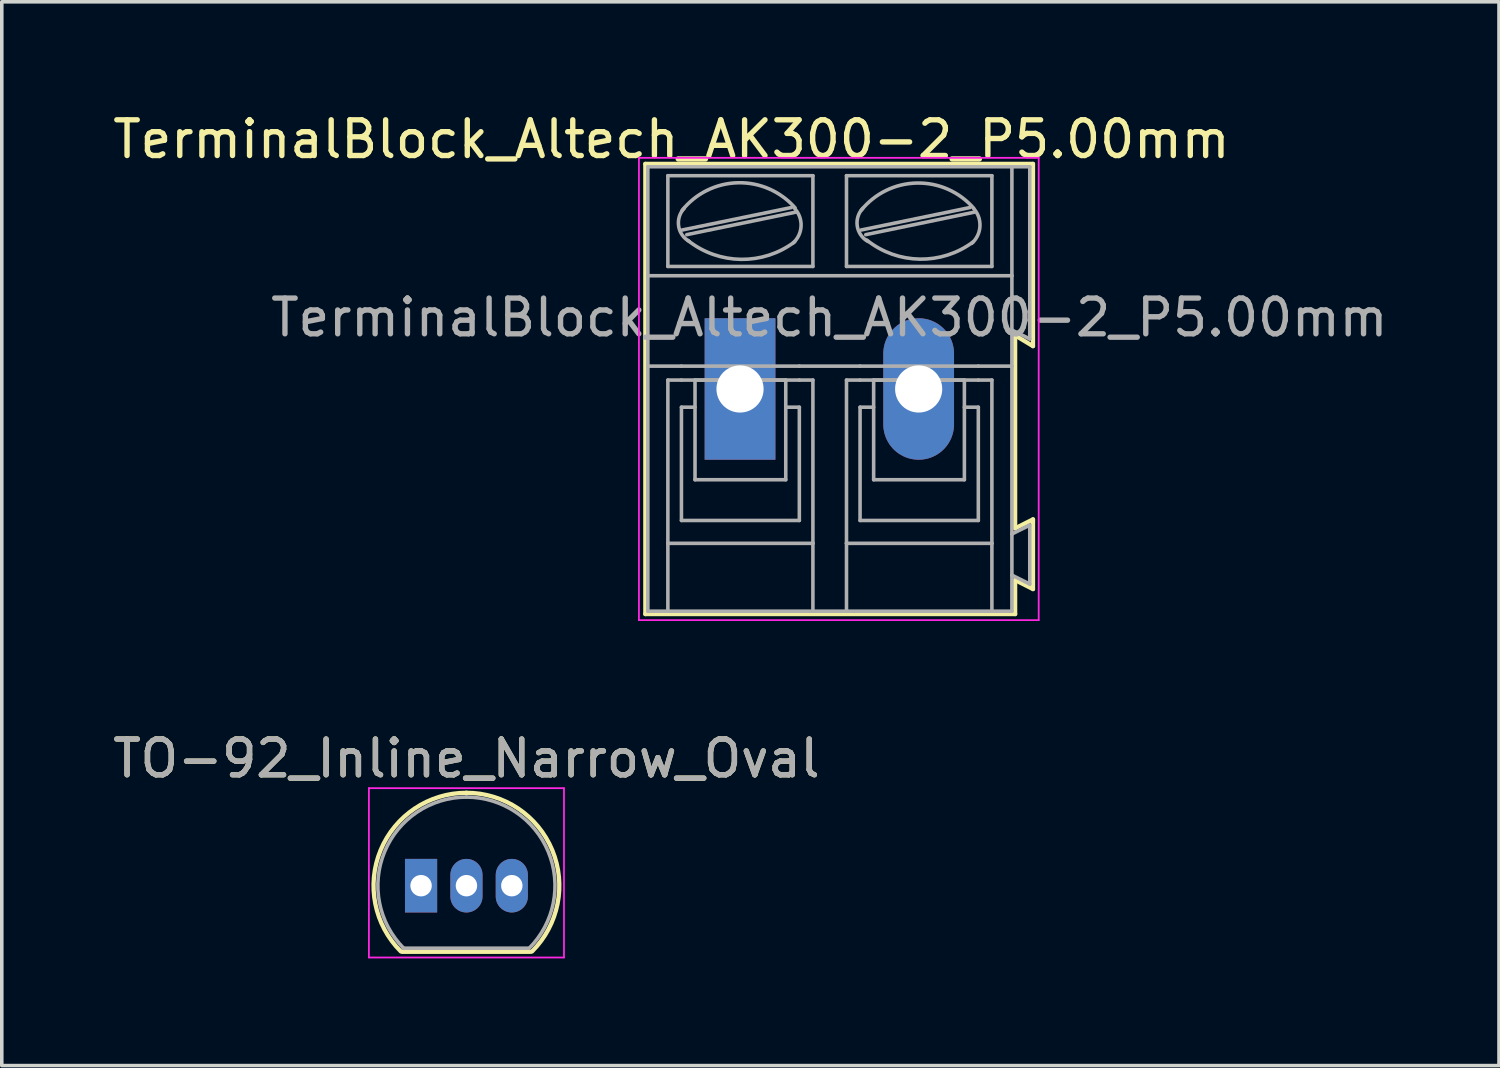
<source format=kicad_pcb>
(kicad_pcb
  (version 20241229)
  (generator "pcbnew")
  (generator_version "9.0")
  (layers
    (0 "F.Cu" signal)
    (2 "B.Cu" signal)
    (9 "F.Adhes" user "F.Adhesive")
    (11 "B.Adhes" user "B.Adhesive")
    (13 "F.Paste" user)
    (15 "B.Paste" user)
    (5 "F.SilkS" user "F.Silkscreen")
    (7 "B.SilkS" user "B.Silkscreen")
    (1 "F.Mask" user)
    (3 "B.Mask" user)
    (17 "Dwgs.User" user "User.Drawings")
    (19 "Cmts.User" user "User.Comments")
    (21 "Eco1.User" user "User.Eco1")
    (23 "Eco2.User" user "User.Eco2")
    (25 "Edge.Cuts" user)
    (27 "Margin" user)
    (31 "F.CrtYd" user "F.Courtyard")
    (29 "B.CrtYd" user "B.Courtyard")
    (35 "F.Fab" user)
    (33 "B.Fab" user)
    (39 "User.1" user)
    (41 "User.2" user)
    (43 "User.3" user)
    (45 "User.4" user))
  (footprint "TerminalBlock_Altech_AK300-2_P5.00mm"
    (layer "F.Cu")
    (at 17.664 7.838)
    (property "Reference" "TerminalBlock_Altech_AK300-2_P5.00mm" (at -1.92 -6.99 0) (layer "F.SilkS") (effects (font (size 1 1) (thickness 0.15))))
    (attr through_hole)
    (fp_line (start -2.65 -6.3) (end -2.65 6.3) (stroke (width 0.12) (type solid)) (layer "F.SilkS"))
    (fp_line (start -2.65 6.3) (end 7.7 6.3) (stroke (width 0.12) (type solid)) (layer "F.SilkS"))
    (fp_line (start 7.7 -1.5) (end 8.2 -1.2) (stroke (width 0.12) (type solid)) (layer "F.SilkS"))
    (fp_line (start 7.7 3.9) (end 7.7 -1.5) (stroke (width 0.12) (type solid)) (layer "F.SilkS"))
    (fp_line (start 7.7 5.35) (end 8.2 5.6) (stroke (width 0.12) (type solid)) (layer "F.SilkS"))
    (fp_line (start 7.7 6.3) (end 7.7 5.35) (stroke (width 0.12) (type solid)) (layer "F.SilkS"))
    (fp_line (start 8.2 -6.3) (end -2.65 -6.3) (stroke (width 0.12) (type solid)) (layer "F.SilkS"))
    (fp_line (start 8.2 -1.2) (end 8.2 -6.3) (stroke (width 0.12) (type solid)) (layer "F.SilkS"))
    (fp_line (start 8.2 3.65) (end 7.7 3.9) (stroke (width 0.12) (type solid)) (layer "F.SilkS"))
    (fp_line (start 8.2 3.7) (end 8.2 3.65) (stroke (width 0.12) (type solid)) (layer "F.SilkS"))
    (fp_line (start 8.2 5.6) (end 8.2 3.7) (stroke (width 0.12) (type solid)) (layer "F.SilkS"))
    (fp_line (start -2.83 -6.47) (end -2.83 6.47) (stroke (width 0.05) (type solid)) (layer "F.CrtYd"))
    (fp_line (start -2.83 -6.47) (end 8.36 -6.47) (stroke (width 0.05) (type solid)) (layer "F.CrtYd"))
    (fp_line (start 8.36 6.47) (end -2.83 6.47) (stroke (width 0.05) (type solid)) (layer "F.CrtYd"))
    (fp_line (start 8.36 6.47) (end 8.36 -6.47) (stroke (width 0.05) (type solid)) (layer "F.CrtYd"))
    (fp_line (start -2.58 -3.17) (end -2.58 -6.22) (stroke (width 0.1) (type solid)) (layer "F.Fab"))
    (fp_line (start -2.58 -3.17) (end 7.61 -3.17) (stroke (width 0.1) (type solid)) (layer "F.Fab"))
    (fp_line (start -2.58 -0.64) (end -2.58 -3.17) (stroke (width 0.1) (type solid)) (layer "F.Fab"))
    (fp_line (start -2.58 -0.64) (end -1.64 -0.64) (stroke (width 0.1) (type solid)) (layer "F.Fab"))
    (fp_line (start -2.58 6.22) (end -2.58 -0.64) (stroke (width 0.1) (type solid)) (layer "F.Fab"))
    (fp_line (start -2.58 6.22) (end -2.02 6.22) (stroke (width 0.1) (type solid)) (layer "F.Fab"))
    (fp_line (start -2.02 -3.43) (end -2.02 -5.97) (stroke (width 0.1) (type solid)) (layer "F.Fab"))
    (fp_line (start -2.02 -0.25) (end -2.02 4.32) (stroke (width 0.1) (type solid)) (layer "F.Fab"))
    (fp_line (start -2.02 -0.25) (end -1.64 -0.25) (stroke (width 0.1) (type solid)) (layer "F.Fab"))
    (fp_line (start -2.02 4.32) (end -2.02 6.22) (stroke (width 0.1) (type solid)) (layer "F.Fab"))
    (fp_line (start -2.02 6.22) (end 2.04 6.22) (stroke (width 0.1) (type solid)) (layer "F.Fab"))
    (fp_line (start -1.64 -0.64) (end 1.66 -0.64) (stroke (width 0.1) (type solid)) (layer "F.Fab"))
    (fp_line (start -1.64 0.51) (end -1.26 0.51) (stroke (width 0.1) (type solid)) (layer "F.Fab"))
    (fp_line (start -1.64 3.68) (end -1.64 0.51) (stroke (width 0.1) (type solid)) (layer "F.Fab"))
    (fp_line (start -1.62 -4.45) (end 1.44 -5.08) (stroke (width 0.1) (type solid)) (layer "F.Fab"))
    (fp_line (start -1.49 -4.32) (end 1.56 -4.95) (stroke (width 0.1) (type solid)) (layer "F.Fab"))
    (fp_line (start -1.26 -0.25) (end 1.28 -0.25) (stroke (width 0.1) (type solid)) (layer "F.Fab"))
    (fp_line (start -1.26 2.54) (end -1.26 -0.25) (stroke (width 0.1) (type solid)) (layer "F.Fab"))
    (fp_line (start -1.26 2.54) (end 1.28 2.54) (stroke (width 0.1) (type solid)) (layer "F.Fab"))
    (fp_line (start 1.28 2.54) (end 1.28 -0.25) (stroke (width 0.1) (type solid)) (layer "F.Fab"))
    (fp_line (start 1.66 -0.64) (end 3.36 -0.64) (stroke (width 0.1) (type solid)) (layer "F.Fab"))
    (fp_line (start 1.66 -0.25) (end -1.64 -0.25) (stroke (width 0.1) (type solid)) (layer "F.Fab"))
    (fp_line (start 1.66 0.51) (end 1.28 0.51) (stroke (width 0.1) (type solid)) (layer "F.Fab"))
    (fp_line (start 1.66 3.68) (end -1.64 3.68) (stroke (width 0.1) (type solid)) (layer "F.Fab"))
    (fp_line (start 1.66 3.68) (end 1.66 0.51) (stroke (width 0.1) (type solid)) (layer "F.Fab"))
    (fp_line (start 2.04 -5.97) (end -2.02 -5.97) (stroke (width 0.1) (type solid)) (layer "F.Fab"))
    (fp_line (start 2.04 -3.43) (end -2.02 -3.43) (stroke (width 0.1) (type solid)) (layer "F.Fab"))
    (fp_line (start 2.04 -3.43) (end 2.04 -5.97) (stroke (width 0.1) (type solid)) (layer "F.Fab"))
    (fp_line (start 2.04 -0.25) (end 1.66 -0.25) (stroke (width 0.1) (type solid)) (layer "F.Fab"))
    (fp_line (start 2.04 4.32) (end -2.02 4.32) (stroke (width 0.1) (type solid)) (layer "F.Fab"))
    (fp_line (start 2.04 4.32) (end 2.04 -0.25) (stroke (width 0.1) (type solid)) (layer "F.Fab"))
    (fp_line (start 2.04 6.22) (end 2.04 4.32) (stroke (width 0.1) (type solid)) (layer "F.Fab"))
    (fp_line (start 2.04 6.22) (end 2.98 6.22) (stroke (width 0.1) (type solid)) (layer "F.Fab"))
    (fp_line (start 2.98 -5.97) (end 7.05 -5.97) (stroke (width 0.1) (type solid)) (layer "F.Fab"))
    (fp_line (start 2.98 -3.43) (end 2.98 -5.97) (stroke (width 0.1) (type solid)) (layer "F.Fab"))
    (fp_line (start 2.98 -0.25) (end 3.36 -0.25) (stroke (width 0.1) (type solid)) (layer "F.Fab"))
    (fp_line (start 2.98 4.32) (end 2.98 -0.25) (stroke (width 0.1) (type solid)) (layer "F.Fab"))
    (fp_line (start 2.98 4.32) (end 7.05 4.32) (stroke (width 0.1) (type solid)) (layer "F.Fab"))
    (fp_line (start 2.98 6.22) (end 2.98 4.32) (stroke (width 0.1) (type solid)) (layer "F.Fab"))
    (fp_line (start 2.98 6.22) (end 7.05 6.22) (stroke (width 0.1) (type solid)) (layer "F.Fab"))
    (fp_line (start 3.36 -0.25) (end 6.67 -0.25) (stroke (width 0.1) (type solid)) (layer "F.Fab"))
    (fp_line (start 3.36 0.51) (end 3.74 0.51) (stroke (width 0.1) (type solid)) (layer "F.Fab"))
    (fp_line (start 3.36 3.68) (end 3.36 0.51) (stroke (width 0.1) (type solid)) (layer "F.Fab"))
    (fp_line (start 3.39 -4.45) (end 6.44 -5.08) (stroke (width 0.1) (type solid)) (layer "F.Fab"))
    (fp_line (start 3.52 -4.32) (end 6.56 -4.95) (stroke (width 0.1) (type solid)) (layer "F.Fab"))
    (fp_line (start 3.74 -0.25) (end 6.28 -0.25) (stroke (width 0.1) (type solid)) (layer "F.Fab"))
    (fp_line (start 3.74 2.54) (end 3.74 -0.25) (stroke (width 0.1) (type solid)) (layer "F.Fab"))
    (fp_line (start 3.74 2.54) (end 6.28 2.54) (stroke (width 0.1) (type solid)) (layer "F.Fab"))
    (fp_line (start 6.28 2.54) (end 6.28 -0.25) (stroke (width 0.1) (type solid)) (layer "F.Fab"))
    (fp_line (start 6.67 -0.64) (end 3.36 -0.64) (stroke (width 0.1) (type solid)) (layer "F.Fab"))
    (fp_line (start 6.67 0.51) (end 6.28 0.51) (stroke (width 0.1) (type solid)) (layer "F.Fab"))
    (fp_line (start 6.67 3.68) (end 3.36 3.68) (stroke (width 0.1) (type solid)) (layer "F.Fab"))
    (fp_line (start 6.67 3.68) (end 6.67 0.51) (stroke (width 0.1) (type solid)) (layer "F.Fab"))
    (fp_line (start 7.05 -5.97) (end 7.05 -3.43) (stroke (width 0.1) (type solid)) (layer "F.Fab"))
    (fp_line (start 7.05 -3.43) (end 2.98 -3.43) (stroke (width 0.1) (type solid)) (layer "F.Fab"))
    (fp_line (start 7.05 -0.25) (end 6.67 -0.25) (stroke (width 0.1) (type solid)) (layer "F.Fab"))
    (fp_line (start 7.05 -0.25) (end 7.05 4.32) (stroke (width 0.1) (type solid)) (layer "F.Fab"))
    (fp_line (start 7.05 4.32) (end 7.05 6.22) (stroke (width 0.1) (type solid)) (layer "F.Fab"))
    (fp_line (start 7.05 6.22) (end 7.61 6.22) (stroke (width 0.1) (type solid)) (layer "F.Fab"))
    (fp_line (start 7.61 -6.22) (end -2.58 -6.22) (stroke (width 0.1) (type solid)) (layer "F.Fab"))
    (fp_line (start 7.61 -6.22) (end 7.61 -3.17) (stroke (width 0.1) (type solid)) (layer "F.Fab"))
    (fp_line (start 7.61 -6.22) (end 8.11 -6.22) (stroke (width 0.1) (type solid)) (layer "F.Fab"))
    (fp_line (start 7.61 -3.17) (end 7.61 -1.65) (stroke (width 0.1) (type solid)) (layer "F.Fab"))
    (fp_line (start 7.61 -1.65) (end 7.61 -0.64) (stroke (width 0.1) (type solid)) (layer "F.Fab"))
    (fp_line (start 7.61 -0.64) (end 6.67 -0.64) (stroke (width 0.1) (type solid)) (layer "F.Fab"))
    (fp_line (start 7.61 -0.64) (end 7.61 4.06) (stroke (width 0.1) (type solid)) (layer "F.Fab"))
    (fp_line (start 7.61 4.06) (end 7.61 5.21) (stroke (width 0.1) (type solid)) (layer "F.Fab"))
    (fp_line (start 7.61 5.21) (end 7.61 6.22) (stroke (width 0.1) (type solid)) (layer "F.Fab"))
    (fp_line (start 8.11 -6.22) (end 8.11 -1.4) (stroke (width 0.1) (type solid)) (layer "F.Fab"))
    (fp_line (start 8.11 -1.4) (end 7.61 -1.65) (stroke (width 0.1) (type solid)) (layer "F.Fab"))
    (fp_line (start 8.11 3.81) (end 7.61 4.06) (stroke (width 0.1) (type solid)) (layer "F.Fab"))
    (fp_line (start 8.11 3.81) (end 8.11 5.46) (stroke (width 0.1) (type solid)) (layer "F.Fab"))
    (fp_line (start 8.11 5.46) (end 7.61 5.21) (stroke (width 0.1) (type solid)) (layer "F.Fab"))
    (fp_arc (start -1.62 -5) (mid -0.05669 -5.772528) (end 1.539976 -5.071534) (stroke (width 0.1) (type solid)) (layer "F.Fab"))
    (fp_arc (start -1.42 -4.13) (mid -1.718466 -4.559406) (end -1.562972 -5.058699) (stroke (width 0.1) (type solid)) (layer "F.Fab"))
    (fp_arc (start 1.53 -5.05) (mid 1.708693 -4.558754) (end 1.485619 -4.086005) (stroke (width 0.1) (type solid)) (layer "F.Fab"))
    (fp_arc (start 1.53 -4.12) (mid 0.02849 -3.628196) (end -1.459829 -4.158582) (stroke (width 0.1) (type solid)) (layer "F.Fab"))
    (fp_arc (start 3.39 -5) (mid 4.949737 -5.764867) (end 6.538239 -5.061686) (stroke (width 0.1) (type solid)) (layer "F.Fab"))
    (fp_arc (start 3.58 -4.13) (mid 3.281534 -4.559406) (end 3.437028 -5.058699) (stroke (width 0.1) (type solid)) (layer "F.Fab"))
    (fp_arc (start 6.53 -4.12) (mid 5.030583 -3.634318) (end 3.547667 -4.168263) (stroke (width 0.1) (type solid)) (layer "F.Fab"))
    (fp_arc (start 6.54 -5.05) (mid 6.715733 -4.551652) (end 6.485532 -4.076005) (stroke (width 0.1) (type solid)) (layer "F.Fab"))
    (fp_text user "${REFERENCE}" (at 2.5 -2 0) (layer "F.Fab") (effects (font (size 1 1) (thickness 0.15))))
    (pad "1" thru_hole rect (at 0 0) (size 1.98 3.96) (drill 1.32) (layers "*.Cu" "*.Mask"))
    (pad "2" thru_hole oval (at 5 0) (size 1.98 3.96) (drill 1.32) (layers "*.Cu" "*.Mask")))
  (footprint "TO-92_Inline_Narrow_Oval"
    (layer "F.Cu")
    (at 8.736 21.741)
    (property "Reference" "TO-92_Inline_Narrow_Oval" (at 1.27 -3.56 0) (layer "F.SilkS") (effects (font (size 1 1) (thickness 0.15))))
    (attr through_hole)
    (fp_line (start -0.53 1.85) (end 3.07 1.85) (stroke (width 0.12) (type solid)) (layer "F.SilkS"))
    (fp_arc (start -0.568478 1.838478) (mid -1.132087 -0.994977) (end 1.27 -2.6) (stroke (width 0.12) (type solid)) (layer "F.SilkS"))
    (fp_arc (start 1.27 -2.6) (mid 3.672087 -0.994977) (end 3.108478 1.838478) (stroke (width 0.12) (type solid)) (layer "F.SilkS"))
    (fp_line (start -1.46 -2.73) (end -1.46 2.01) (stroke (width 0.05) (type solid)) (layer "F.CrtYd"))
    (fp_line (start -1.46 -2.73) (end 4 -2.73) (stroke (width 0.05) (type solid)) (layer "F.CrtYd"))
    (fp_line (start 4 2.01) (end -1.46 2.01) (stroke (width 0.05) (type solid)) (layer "F.CrtYd"))
    (fp_line (start 4 2.01) (end 4 -2.73) (stroke (width 0.05) (type solid)) (layer "F.CrtYd"))
    (fp_line (start -0.5 1.75) (end 3 1.75) (stroke (width 0.1) (type solid)) (layer "F.Fab"))
    (fp_arc (start -0.483625 1.753625) (mid -1.021221 -0.949055) (end 1.27 -2.48) (stroke (width 0.1) (type solid)) (layer "F.Fab"))
    (fp_arc (start 1.27 -2.48) (mid 3.561221 -0.949055) (end 3.023625 1.753625) (stroke (width 0.1) (type solid)) (layer "F.Fab"))
    (fp_text user "${REFERENCE}" (at 1.27 -3.56 0) (layer "F.Fab") (effects (font (size 1 1) (thickness 0.15))))
    (pad "1" thru_hole rect (at 0 0 180) (size 0.9 1.5) (drill 0.6) (layers "*.Cu" "*.Mask"))
    (pad "2" thru_hole oval (at 1.27 0 180) (size 0.9 1.5) (drill 0.6) (layers "*.Cu" "*.Mask"))
    (pad "3" thru_hole oval (at 2.54 0 180) (size 0.9 1.5) (drill 0.6) (layers "*.Cu" "*.Mask")))
  (gr_rect
    (start -3 -3)
    (end 38.908 26.776)
    (stroke (width 0.1) (type default))
    (fill no)
    (layer "Edge.Cuts")))
</source>
